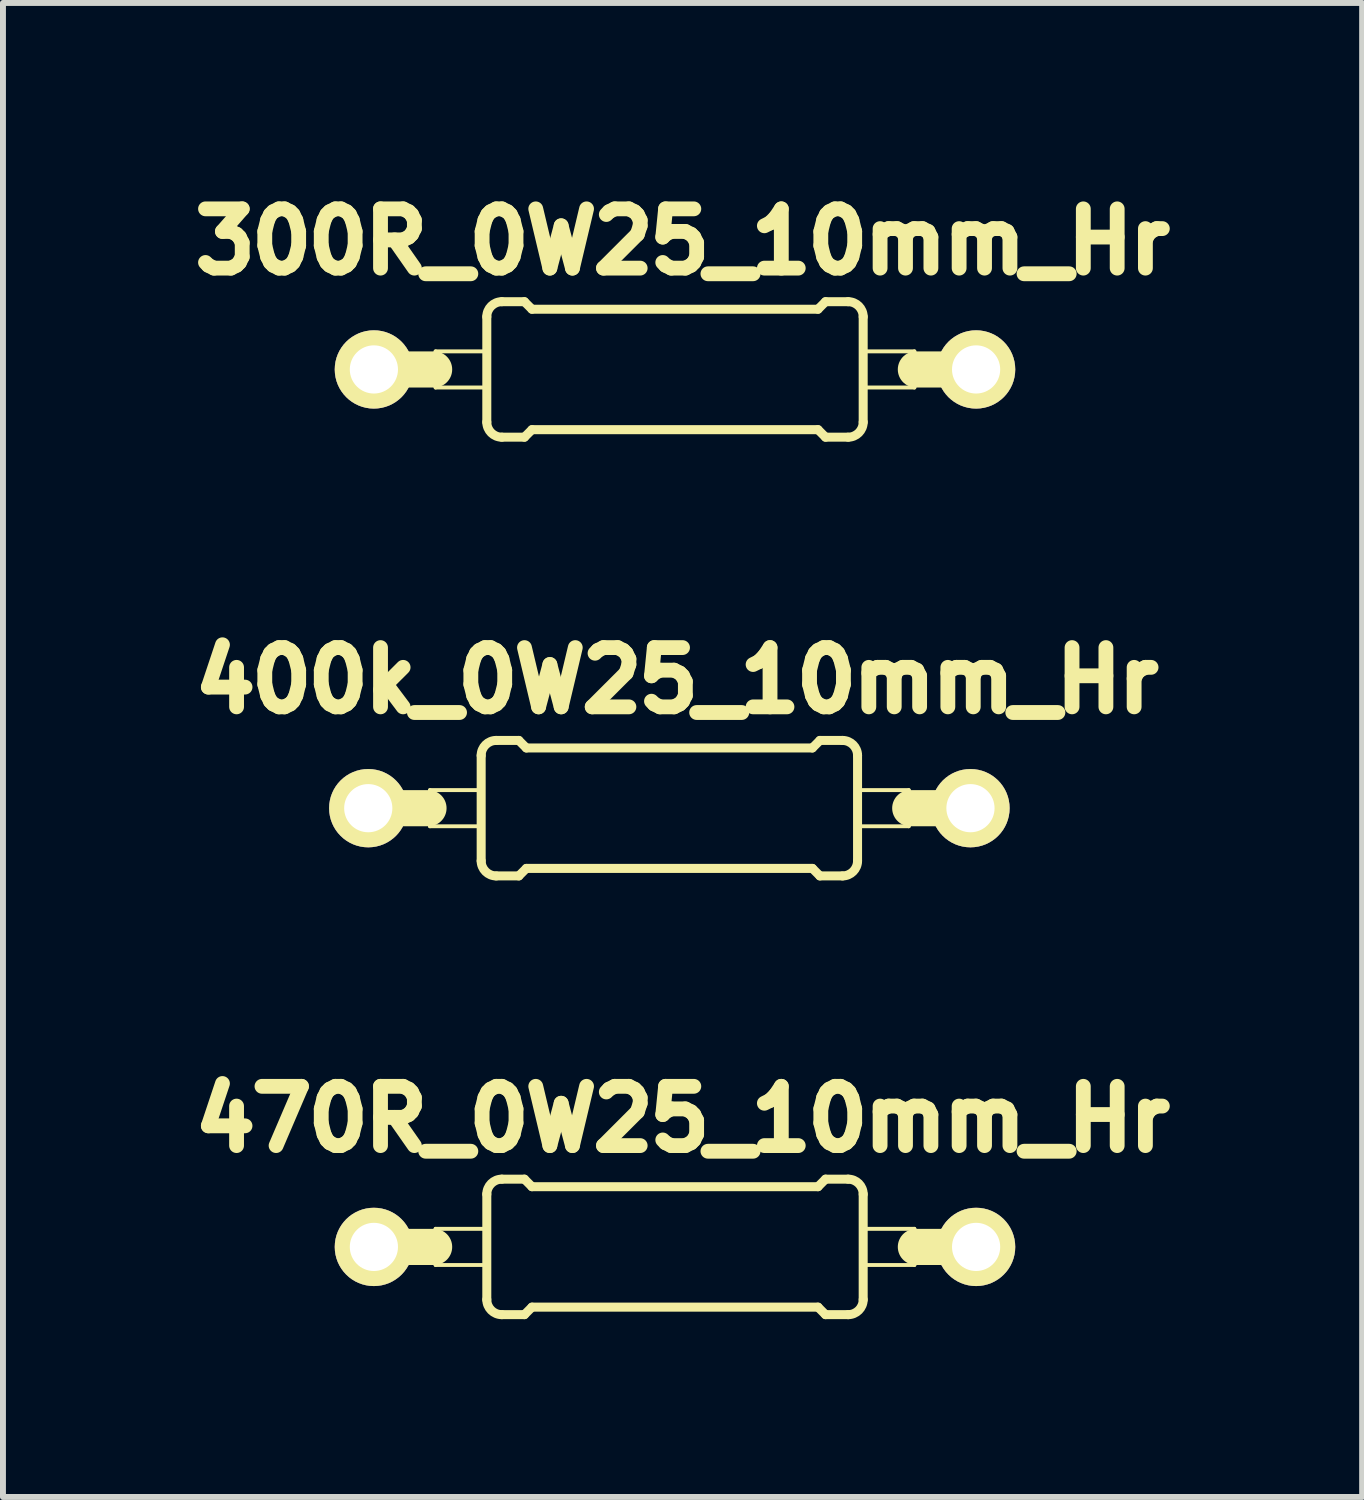
<source format=kicad_pcb>
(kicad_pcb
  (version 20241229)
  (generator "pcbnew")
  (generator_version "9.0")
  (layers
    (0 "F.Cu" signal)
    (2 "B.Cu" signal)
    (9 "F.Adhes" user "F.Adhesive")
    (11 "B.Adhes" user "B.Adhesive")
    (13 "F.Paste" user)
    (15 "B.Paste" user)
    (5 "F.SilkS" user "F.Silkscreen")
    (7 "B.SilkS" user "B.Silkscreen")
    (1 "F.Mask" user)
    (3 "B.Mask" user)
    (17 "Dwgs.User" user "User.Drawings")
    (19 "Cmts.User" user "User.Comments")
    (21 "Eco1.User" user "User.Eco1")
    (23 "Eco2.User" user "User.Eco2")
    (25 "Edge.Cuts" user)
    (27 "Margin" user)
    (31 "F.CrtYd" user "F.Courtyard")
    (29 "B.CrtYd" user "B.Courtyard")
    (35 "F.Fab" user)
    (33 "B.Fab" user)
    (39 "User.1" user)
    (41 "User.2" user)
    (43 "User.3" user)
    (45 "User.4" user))
  (footprint "400k_0W25_10mm_Hr"
    (layer "F.Cu")
    (at 8.243 10.585)
    (property "Reference" "400k_0W25_10mm_Hr" (at 0.127 -2.159 0) (layer "F.SilkS") (effects (font (size 1 1) (thickness 0.25))))
    (attr exclude_from_pos_files exclude_from_bom)
    (fp_line (start -5.08 0) (end -4.064 0) (stroke (width 0.61) (type solid)) (layer "F.SilkS"))
    (fp_line (start -4.039 -0.305) (end -3.175 -0.305) (stroke (width 0.066) (type solid)) (layer "F.SilkS"))
    (fp_line (start -4.039 0.305) (end -4.039 -0.305) (stroke (width 0.066) (type solid)) (layer "F.SilkS"))
    (fp_line (start -4.039 0.305) (end -3.175 0.305) (stroke (width 0.066) (type solid)) (layer "F.SilkS"))
    (fp_line (start -3.175 0.305) (end -3.175 -0.305) (stroke (width 0.066) (type solid)) (layer "F.SilkS"))
    (fp_line (start -3.175 0.889) (end -3.175 -0.889) (stroke (width 0.152) (type solid)) (layer "F.SilkS"))
    (fp_line (start -2.921 -1.143) (end -2.54 -1.143) (stroke (width 0.152) (type solid)) (layer "F.SilkS"))
    (fp_line (start -2.921 1.143) (end -2.54 1.143) (stroke (width 0.152) (type solid)) (layer "F.SilkS"))
    (fp_line (start -2.413 -1.016) (end -2.54 -1.143) (stroke (width 0.152) (type solid)) (layer "F.SilkS"))
    (fp_line (start -2.413 1.016) (end -2.54 1.143) (stroke (width 0.152) (type solid)) (layer "F.SilkS"))
    (fp_line (start 2.413 -1.016) (end -2.413 -1.016) (stroke (width 0.152) (type solid)) (layer "F.SilkS"))
    (fp_line (start 2.413 -1.016) (end 2.54 -1.143) (stroke (width 0.152) (type solid)) (layer "F.SilkS"))
    (fp_line (start 2.413 1.016) (end -2.413 1.016) (stroke (width 0.152) (type solid)) (layer "F.SilkS"))
    (fp_line (start 2.413 1.016) (end 2.54 1.143) (stroke (width 0.152) (type solid)) (layer "F.SilkS"))
    (fp_line (start 2.921 -1.143) (end 2.54 -1.143) (stroke (width 0.152) (type solid)) (layer "F.SilkS"))
    (fp_line (start 2.921 1.143) (end 2.54 1.143) (stroke (width 0.152) (type solid)) (layer "F.SilkS"))
    (fp_line (start 3.175 -0.305) (end 4.039 -0.305) (stroke (width 0.066) (type solid)) (layer "F.SilkS"))
    (fp_line (start 3.175 0.305) (end 3.175 -0.305) (stroke (width 0.066) (type solid)) (layer "F.SilkS"))
    (fp_line (start 3.175 0.305) (end 4.039 0.305) (stroke (width 0.066) (type solid)) (layer "F.SilkS"))
    (fp_line (start 3.175 0.889) (end 3.175 -0.889) (stroke (width 0.152) (type solid)) (layer "F.SilkS"))
    (fp_line (start 4.039 0.305) (end 4.039 -0.305) (stroke (width 0.066) (type solid)) (layer "F.SilkS"))
    (fp_line (start 5.08 0) (end 4.064 0) (stroke (width 0.61) (type solid)) (layer "F.SilkS"))
    (fp_arc (start -3.175 -0.889) (mid -3.100605 -1.068605) (end -2.921 -1.143) (stroke (width 0.1524) (type solid)) (layer "F.SilkS"))
    (fp_arc (start -2.921 1.143) (mid -3.100605 1.068605) (end -3.175 0.889) (stroke (width 0.1524) (type solid)) (layer "F.SilkS"))
    (fp_arc (start 2.921 -1.143) (mid 3.100605 -1.068605) (end 3.175 -0.889) (stroke (width 0.1524) (type solid)) (layer "F.SilkS"))
    (fp_arc (start 3.175 0.889) (mid 3.100605 1.068605) (end 2.921 1.143) (stroke (width 0.1524) (type solid)) (layer "F.SilkS"))
    (pad "1" thru_hole circle (at -5.08 0) (size 1.321 1.321) (drill 0.813) (layers "*.Cu" "F.Mask" "F.SilkS" "F.Paste"))
    (pad "2" thru_hole circle (at 5.08 0) (size 1.321 1.321) (drill 0.813) (layers "*.Cu" "F.Mask" "F.SilkS" "F.Paste")))
  (footprint "470R_0W25_10mm_Hr"
    (layer "F.Cu")
    (at 8.338 17.987)
    (property "Reference" "470R_0W25_10mm_Hr" (at 0.127 -2.159 0) (layer "F.SilkS") (effects (font (size 1 1) (thickness 0.25))))
    (attr exclude_from_pos_files exclude_from_bom)
    (fp_line (start -5.08 0) (end -4.064 0) (stroke (width 0.61) (type solid)) (layer "F.SilkS"))
    (fp_line (start -4.039 -0.305) (end -3.175 -0.305) (stroke (width 0.066) (type solid)) (layer "F.SilkS"))
    (fp_line (start -4.039 0.305) (end -4.039 -0.305) (stroke (width 0.066) (type solid)) (layer "F.SilkS"))
    (fp_line (start -4.039 0.305) (end -3.175 0.305) (stroke (width 0.066) (type solid)) (layer "F.SilkS"))
    (fp_line (start -3.175 0.305) (end -3.175 -0.305) (stroke (width 0.066) (type solid)) (layer "F.SilkS"))
    (fp_line (start -3.175 0.889) (end -3.175 -0.889) (stroke (width 0.152) (type solid)) (layer "F.SilkS"))
    (fp_line (start -2.921 -1.143) (end -2.54 -1.143) (stroke (width 0.152) (type solid)) (layer "F.SilkS"))
    (fp_line (start -2.921 1.143) (end -2.54 1.143) (stroke (width 0.152) (type solid)) (layer "F.SilkS"))
    (fp_line (start -2.413 -1.016) (end -2.54 -1.143) (stroke (width 0.152) (type solid)) (layer "F.SilkS"))
    (fp_line (start -2.413 1.016) (end -2.54 1.143) (stroke (width 0.152) (type solid)) (layer "F.SilkS"))
    (fp_line (start 2.413 -1.016) (end -2.413 -1.016) (stroke (width 0.152) (type solid)) (layer "F.SilkS"))
    (fp_line (start 2.413 -1.016) (end 2.54 -1.143) (stroke (width 0.152) (type solid)) (layer "F.SilkS"))
    (fp_line (start 2.413 1.016) (end -2.413 1.016) (stroke (width 0.152) (type solid)) (layer "F.SilkS"))
    (fp_line (start 2.413 1.016) (end 2.54 1.143) (stroke (width 0.152) (type solid)) (layer "F.SilkS"))
    (fp_line (start 2.921 -1.143) (end 2.54 -1.143) (stroke (width 0.152) (type solid)) (layer "F.SilkS"))
    (fp_line (start 2.921 1.143) (end 2.54 1.143) (stroke (width 0.152) (type solid)) (layer "F.SilkS"))
    (fp_line (start 3.175 -0.305) (end 4.039 -0.305) (stroke (width 0.066) (type solid)) (layer "F.SilkS"))
    (fp_line (start 3.175 0.305) (end 3.175 -0.305) (stroke (width 0.066) (type solid)) (layer "F.SilkS"))
    (fp_line (start 3.175 0.305) (end 4.039 0.305) (stroke (width 0.066) (type solid)) (layer "F.SilkS"))
    (fp_line (start 3.175 0.889) (end 3.175 -0.889) (stroke (width 0.152) (type solid)) (layer "F.SilkS"))
    (fp_line (start 4.039 0.305) (end 4.039 -0.305) (stroke (width 0.066) (type solid)) (layer "F.SilkS"))
    (fp_line (start 5.08 0) (end 4.064 0) (stroke (width 0.61) (type solid)) (layer "F.SilkS"))
    (fp_arc (start -3.175 -0.889) (mid -3.100605 -1.068605) (end -2.921 -1.143) (stroke (width 0.1524) (type solid)) (layer "F.SilkS"))
    (fp_arc (start -2.921 1.143) (mid -3.100605 1.068605) (end -3.175 0.889) (stroke (width 0.1524) (type solid)) (layer "F.SilkS"))
    (fp_arc (start 2.921 -1.143) (mid 3.100605 -1.068605) (end 3.175 -0.889) (stroke (width 0.1524) (type solid)) (layer "F.SilkS"))
    (fp_arc (start 3.175 0.889) (mid 3.100605 1.068605) (end 2.921 1.143) (stroke (width 0.1524) (type solid)) (layer "F.SilkS"))
    (pad "1" thru_hole circle (at -5.08 0) (size 1.321 1.321) (drill 0.813) (layers "*.Cu" "F.Mask" "F.SilkS" "F.Paste"))
    (pad "2" thru_hole circle (at 5.08 0) (size 1.321 1.321) (drill 0.813) (layers "*.Cu" "F.Mask" "F.SilkS" "F.Paste")))
  (footprint "300R_0W25_10mm_Hr"
    (layer "F.Cu")
    (at 8.338 3.183)
    (property "Reference" "300R_0W25_10mm_Hr" (at 0.127 -2.159 0) (layer "F.SilkS") (effects (font (size 1 1) (thickness 0.25))))
    (attr exclude_from_pos_files exclude_from_bom)
    (fp_line (start -5.08 0) (end -4.064 0) (stroke (width 0.61) (type solid)) (layer "F.SilkS"))
    (fp_line (start -4.039 -0.305) (end -3.175 -0.305) (stroke (width 0.066) (type solid)) (layer "F.SilkS"))
    (fp_line (start -4.039 0.305) (end -4.039 -0.305) (stroke (width 0.066) (type solid)) (layer "F.SilkS"))
    (fp_line (start -4.039 0.305) (end -3.175 0.305) (stroke (width 0.066) (type solid)) (layer "F.SilkS"))
    (fp_line (start -3.175 0.305) (end -3.175 -0.305) (stroke (width 0.066) (type solid)) (layer "F.SilkS"))
    (fp_line (start -3.175 0.889) (end -3.175 -0.889) (stroke (width 0.152) (type solid)) (layer "F.SilkS"))
    (fp_line (start -2.921 -1.143) (end -2.54 -1.143) (stroke (width 0.152) (type solid)) (layer "F.SilkS"))
    (fp_line (start -2.921 1.143) (end -2.54 1.143) (stroke (width 0.152) (type solid)) (layer "F.SilkS"))
    (fp_line (start -2.413 -1.016) (end -2.54 -1.143) (stroke (width 0.152) (type solid)) (layer "F.SilkS"))
    (fp_line (start -2.413 1.016) (end -2.54 1.143) (stroke (width 0.152) (type solid)) (layer "F.SilkS"))
    (fp_line (start 2.413 -1.016) (end -2.413 -1.016) (stroke (width 0.152) (type solid)) (layer "F.SilkS"))
    (fp_line (start 2.413 -1.016) (end 2.54 -1.143) (stroke (width 0.152) (type solid)) (layer "F.SilkS"))
    (fp_line (start 2.413 1.016) (end -2.413 1.016) (stroke (width 0.152) (type solid)) (layer "F.SilkS"))
    (fp_line (start 2.413 1.016) (end 2.54 1.143) (stroke (width 0.152) (type solid)) (layer "F.SilkS"))
    (fp_line (start 2.921 -1.143) (end 2.54 -1.143) (stroke (width 0.152) (type solid)) (layer "F.SilkS"))
    (fp_line (start 2.921 1.143) (end 2.54 1.143) (stroke (width 0.152) (type solid)) (layer "F.SilkS"))
    (fp_line (start 3.175 -0.305) (end 4.039 -0.305) (stroke (width 0.066) (type solid)) (layer "F.SilkS"))
    (fp_line (start 3.175 0.305) (end 3.175 -0.305) (stroke (width 0.066) (type solid)) (layer "F.SilkS"))
    (fp_line (start 3.175 0.305) (end 4.039 0.305) (stroke (width 0.066) (type solid)) (layer "F.SilkS"))
    (fp_line (start 3.175 0.889) (end 3.175 -0.889) (stroke (width 0.152) (type solid)) (layer "F.SilkS"))
    (fp_line (start 4.039 0.305) (end 4.039 -0.305) (stroke (width 0.066) (type solid)) (layer "F.SilkS"))
    (fp_line (start 5.08 0) (end 4.064 0) (stroke (width 0.61) (type solid)) (layer "F.SilkS"))
    (fp_arc (start -3.175 -0.889) (mid -3.100605 -1.068605) (end -2.921 -1.143) (stroke (width 0.1524) (type solid)) (layer "F.SilkS"))
    (fp_arc (start -2.921 1.143) (mid -3.100605 1.068605) (end -3.175 0.889) (stroke (width 0.1524) (type solid)) (layer "F.SilkS"))
    (fp_arc (start 2.921 -1.143) (mid 3.100605 -1.068605) (end 3.175 -0.889) (stroke (width 0.1524) (type solid)) (layer "F.SilkS"))
    (fp_arc (start 3.175 0.889) (mid 3.100605 1.068605) (end 2.921 1.143) (stroke (width 0.1524) (type solid)) (layer "F.SilkS"))
    (pad "1" thru_hole circle (at -5.08 0) (size 1.321 1.321) (drill 0.813) (layers "*.Cu" "F.Mask" "F.SilkS" "F.Paste"))
    (pad "2" thru_hole circle (at 5.08 0) (size 1.321 1.321) (drill 0.813) (layers "*.Cu" "F.Mask" "F.SilkS" "F.Paste")))
  (gr_rect
    (start -3 -3)
    (end 19.931 22.206)
    (stroke (width 0.1) (type default))
    (fill no)
    (layer "Edge.Cuts")))
</source>
